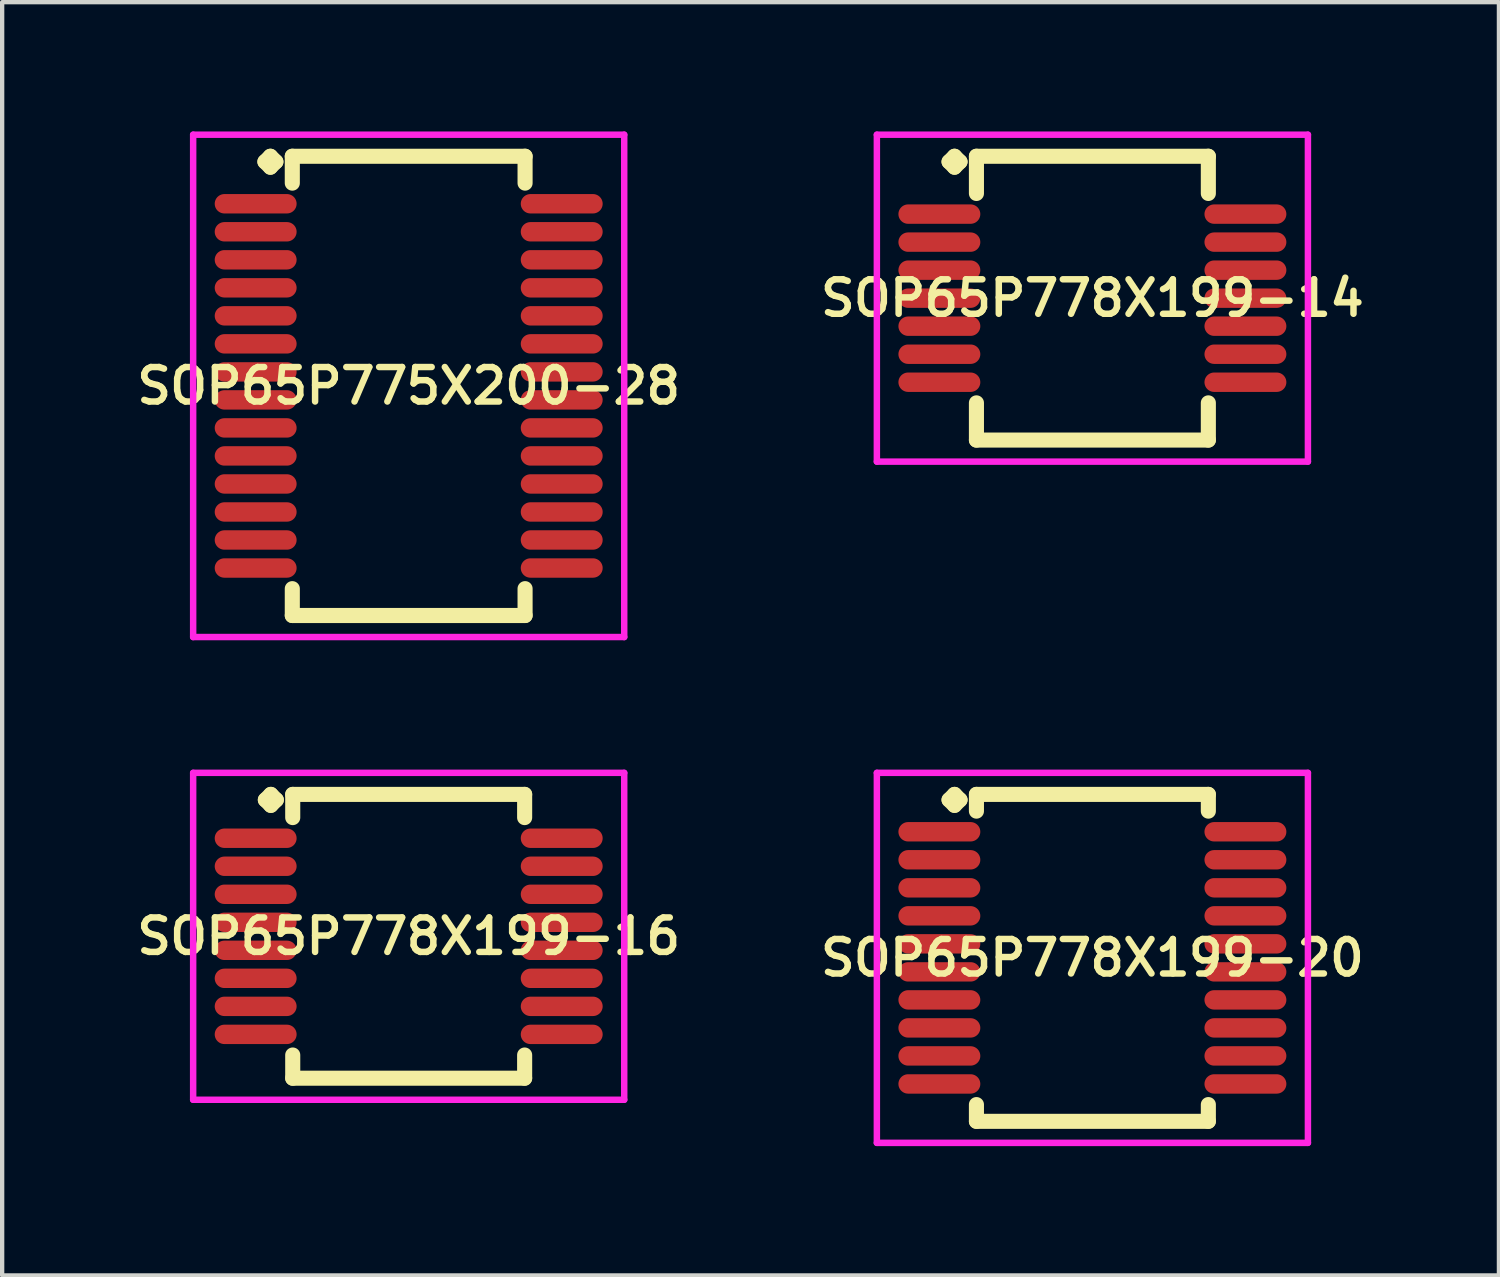
<source format=kicad_pcb>
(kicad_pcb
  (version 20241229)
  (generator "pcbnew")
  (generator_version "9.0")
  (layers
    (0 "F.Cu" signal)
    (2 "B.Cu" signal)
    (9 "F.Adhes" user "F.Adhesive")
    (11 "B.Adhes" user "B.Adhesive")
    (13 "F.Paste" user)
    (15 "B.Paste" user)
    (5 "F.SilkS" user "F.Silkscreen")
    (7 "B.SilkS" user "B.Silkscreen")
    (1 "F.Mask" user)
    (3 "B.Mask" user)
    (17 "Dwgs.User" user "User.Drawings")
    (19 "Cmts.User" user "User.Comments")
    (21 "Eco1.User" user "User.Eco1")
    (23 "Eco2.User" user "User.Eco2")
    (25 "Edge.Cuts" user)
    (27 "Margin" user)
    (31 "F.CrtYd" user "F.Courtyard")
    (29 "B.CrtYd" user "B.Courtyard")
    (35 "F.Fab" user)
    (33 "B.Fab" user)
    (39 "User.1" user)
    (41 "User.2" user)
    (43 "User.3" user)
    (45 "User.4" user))
  (footprint "SOP65P778X199-20"
    (layer "F.Cu")
    (at 22.292 19.171)
    (property "Reference" "SOP65P778X199-20" (at 0 0 0) (layer "F.SilkS") (effects (font (size 0.8 0.8) (thickness 0.15))))
    (attr through_hole)
    (fp_line (start -3.325 -3.665) (end -3.198 -3.792) (stroke (width 0.35) (type solid)) (layer "F.SilkS"))
    (fp_line (start -3.198 -3.792) (end -3.071 -3.665) (stroke (width 0.35) (type solid)) (layer "F.SilkS"))
    (fp_line (start -3.198 -3.538) (end -3.325 -3.665) (stroke (width 0.35) (type solid)) (layer "F.SilkS"))
    (fp_line (start -3.071 -3.665) (end -3.198 -3.538) (stroke (width 0.35) (type solid)) (layer "F.SilkS"))
    (fp_line (start -2.69 -3.792) (end 2.69 -3.792) (stroke (width 0.35) (type solid)) (layer "F.SilkS"))
    (fp_line (start -2.69 -3.404) (end -2.69 -3.792) (stroke (width 0.35) (type solid)) (layer "F.SilkS"))
    (fp_line (start -2.69 3.404) (end -2.69 3.792) (stroke (width 0.35) (type solid)) (layer "F.SilkS"))
    (fp_line (start -2.69 3.792) (end 2.69 3.792) (stroke (width 0.35) (type solid)) (layer "F.SilkS"))
    (fp_line (start 2.69 -3.792) (end 2.69 -3.404) (stroke (width 0.35) (type solid)) (layer "F.SilkS"))
    (fp_line (start 2.69 3.792) (end 2.69 3.404) (stroke (width 0.35) (type solid)) (layer "F.SilkS"))
    (fp_line (start -5 -4.292) (end 5 -4.292) (stroke (width 0.15) (type solid)) (layer "F.CrtYd"))
    (fp_line (start -5 4.292) (end -5 -4.292) (stroke (width 0.15) (type solid)) (layer "F.CrtYd"))
    (fp_line (start 5 -4.292) (end 5 4.292) (stroke (width 0.15) (type solid)) (layer "F.CrtYd"))
    (fp_line (start 5 4.292) (end -5 4.292) (stroke (width 0.15) (type solid)) (layer "F.CrtYd"))
    (pad "1" smd oval (at -3.55 -2.925) (size 1.9 0.45) (layers "F.Cu" "F.Mask" "F.Paste"))
    (pad "2" smd oval (at -3.55 -2.275) (size 1.9 0.45) (layers "F.Cu" "F.Mask" "F.Paste"))
    (pad "3" smd oval (at -3.55 -1.625) (size 1.9 0.45) (layers "F.Cu" "F.Mask" "F.Paste"))
    (pad "4" smd oval (at -3.55 -0.975) (size 1.9 0.45) (layers "F.Cu" "F.Mask" "F.Paste"))
    (pad "5" smd oval (at -3.55 -0.325) (size 1.9 0.45) (layers "F.Cu" "F.Mask" "F.Paste"))
    (pad "6" smd oval (at -3.55 0.325) (size 1.9 0.45) (layers "F.Cu" "F.Mask" "F.Paste"))
    (pad "7" smd oval (at -3.55 0.975) (size 1.9 0.45) (layers "F.Cu" "F.Mask" "F.Paste"))
    (pad "8" smd oval (at -3.55 1.625) (size 1.9 0.45) (layers "F.Cu" "F.Mask" "F.Paste"))
    (pad "9" smd oval (at -3.55 2.275) (size 1.9 0.45) (layers "F.Cu" "F.Mask" "F.Paste"))
    (pad "10" smd oval (at -3.55 2.925) (size 1.9 0.45) (layers "F.Cu" "F.Mask" "F.Paste"))
    (pad "11" smd oval (at 3.55 2.925) (size 1.9 0.45) (layers "F.Cu" "F.Mask" "F.Paste"))
    (pad "12" smd oval (at 3.55 2.275) (size 1.9 0.45) (layers "F.Cu" "F.Mask" "F.Paste"))
    (pad "13" smd oval (at 3.55 1.625) (size 1.9 0.45) (layers "F.Cu" "F.Mask" "F.Paste"))
    (pad "14" smd oval (at 3.55 0.975) (size 1.9 0.45) (layers "F.Cu" "F.Mask" "F.Paste"))
    (pad "15" smd oval (at 3.55 0.325) (size 1.9 0.45) (layers "F.Cu" "F.Mask" "F.Paste"))
    (pad "16" smd oval (at 3.55 -0.325) (size 1.9 0.45) (layers "F.Cu" "F.Mask" "F.Paste"))
    (pad "17" smd oval (at 3.55 -0.975) (size 1.9 0.45) (layers "F.Cu" "F.Mask" "F.Paste"))
    (pad "18" smd oval (at 3.55 -1.625) (size 1.9 0.45) (layers "F.Cu" "F.Mask" "F.Paste"))
    (pad "19" smd oval (at 3.55 -2.275) (size 1.9 0.45) (layers "F.Cu" "F.Mask" "F.Paste"))
    (pad "20" smd oval (at 3.55 -2.925) (size 1.9 0.45) (layers "F.Cu" "F.Mask" "F.Paste")))
  (footprint "SOP65P778X199-16"
    (layer "F.Cu")
    (at 6.431 18.671)
    (property "Reference" "SOP65P778X199-16" (at 0 0 0) (layer "F.SilkS") (effects (font (size 0.8 0.8) (thickness 0.15))))
    (attr smd)
    (fp_line (start -3.325 -3.165) (end -3.198 -3.292) (stroke (width 0.35) (type solid)) (layer "F.SilkS"))
    (fp_line (start -3.198 -3.292) (end -3.071 -3.165) (stroke (width 0.35) (type solid)) (layer "F.SilkS"))
    (fp_line (start -3.198 -3.038) (end -3.325 -3.165) (stroke (width 0.35) (type solid)) (layer "F.SilkS"))
    (fp_line (start -3.071 -3.165) (end -3.198 -3.038) (stroke (width 0.35) (type solid)) (layer "F.SilkS"))
    (fp_line (start -2.69 -3.292) (end 2.69 -3.292) (stroke (width 0.35) (type solid)) (layer "F.SilkS"))
    (fp_line (start -2.69 -2.754) (end -2.69 -3.292) (stroke (width 0.35) (type solid)) (layer "F.SilkS"))
    (fp_line (start -2.69 2.754) (end -2.69 3.292) (stroke (width 0.35) (type solid)) (layer "F.SilkS"))
    (fp_line (start -2.69 3.292) (end 2.69 3.292) (stroke (width 0.35) (type solid)) (layer "F.SilkS"))
    (fp_line (start 2.69 -3.292) (end 2.69 -2.754) (stroke (width 0.35) (type solid)) (layer "F.SilkS"))
    (fp_line (start 2.69 3.292) (end 2.69 2.754) (stroke (width 0.35) (type solid)) (layer "F.SilkS"))
    (fp_line (start -5 -3.792) (end 5 -3.792) (stroke (width 0.15) (type solid)) (layer "F.CrtYd"))
    (fp_line (start -5 3.792) (end -5 -3.792) (stroke (width 0.15) (type solid)) (layer "F.CrtYd"))
    (fp_line (start 5 -3.792) (end 5 3.792) (stroke (width 0.15) (type solid)) (layer "F.CrtYd"))
    (fp_line (start 5 3.792) (end -5 3.792) (stroke (width 0.15) (type solid)) (layer "F.CrtYd"))
    (pad "1" smd oval (at -3.55 -2.275) (size 1.9 0.45) (layers "F.Cu" "F.Mask" "F.Paste"))
    (pad "2" smd oval (at -3.55 -1.625) (size 1.9 0.45) (layers "F.Cu" "F.Mask" "F.Paste"))
    (pad "3" smd oval (at -3.55 -0.975) (size 1.9 0.45) (layers "F.Cu" "F.Mask" "F.Paste"))
    (pad "4" smd oval (at -3.55 -0.325) (size 1.9 0.45) (layers "F.Cu" "F.Mask" "F.Paste"))
    (pad "5" smd oval (at -3.55 0.325) (size 1.9 0.45) (layers "F.Cu" "F.Mask" "F.Paste"))
    (pad "6" smd oval (at -3.55 0.975) (size 1.9 0.45) (layers "F.Cu" "F.Mask" "F.Paste"))
    (pad "7" smd oval (at -3.55 1.625) (size 1.9 0.45) (layers "F.Cu" "F.Mask" "F.Paste"))
    (pad "8" smd oval (at -3.55 2.275) (size 1.9 0.45) (layers "F.Cu" "F.Mask" "F.Paste"))
    (pad "9" smd oval (at 3.55 2.275) (size 1.9 0.45) (layers "F.Cu" "F.Mask" "F.Paste"))
    (pad "10" smd oval (at 3.55 1.625) (size 1.9 0.45) (layers "F.Cu" "F.Mask" "F.Paste"))
    (pad "11" smd oval (at 3.55 0.975) (size 1.9 0.45) (layers "F.Cu" "F.Mask" "F.Paste"))
    (pad "12" smd oval (at 3.55 0.325) (size 1.9 0.45) (layers "F.Cu" "F.Mask" "F.Paste"))
    (pad "13" smd oval (at 3.55 -0.325) (size 1.9 0.45) (layers "F.Cu" "F.Mask" "F.Paste"))
    (pad "14" smd oval (at 3.55 -0.975) (size 1.9 0.45) (layers "F.Cu" "F.Mask" "F.Paste"))
    (pad "15" smd oval (at 3.55 -1.625) (size 1.9 0.45) (layers "F.Cu" "F.Mask" "F.Paste"))
    (pad "16" smd oval (at 3.55 -2.275) (size 1.9 0.45) (layers "F.Cu" "F.Mask" "F.Paste")))
  (footprint "SOP65P775X200-28"
    (layer "F.Cu")
    (at 6.431 5.902)
    (property "Reference" "SOP65P775X200-28" (at 0 0 0) (layer "F.SilkS") (effects (font (size 0.8 0.8) (thickness 0.15))))
    (attr smd)
    (fp_line (start -3.335 -5.2) (end -3.208 -5.327) (stroke (width 0.35) (type solid)) (layer "F.SilkS"))
    (fp_line (start -3.208 -5.327) (end -3.081 -5.2) (stroke (width 0.35) (type solid)) (layer "F.SilkS"))
    (fp_line (start -3.208 -5.073) (end -3.335 -5.2) (stroke (width 0.35) (type solid)) (layer "F.SilkS"))
    (fp_line (start -3.081 -5.2) (end -3.208 -5.073) (stroke (width 0.35) (type solid)) (layer "F.SilkS"))
    (fp_line (start -2.7 -5.327) (end 2.7 -5.327) (stroke (width 0.35) (type solid)) (layer "F.SilkS"))
    (fp_line (start -2.7 -4.704) (end -2.7 -5.327) (stroke (width 0.35) (type solid)) (layer "F.SilkS"))
    (fp_line (start -2.7 4.704) (end -2.7 5.327) (stroke (width 0.35) (type solid)) (layer "F.SilkS"))
    (fp_line (start -2.7 5.327) (end 2.7 5.327) (stroke (width 0.35) (type solid)) (layer "F.SilkS"))
    (fp_line (start 2.7 -5.327) (end 2.7 -4.704) (stroke (width 0.35) (type solid)) (layer "F.SilkS"))
    (fp_line (start 2.7 5.327) (end 2.7 4.704) (stroke (width 0.35) (type solid)) (layer "F.SilkS"))
    (fp_line (start -5 -5.827) (end 5 -5.827) (stroke (width 0.15) (type solid)) (layer "F.CrtYd"))
    (fp_line (start -5 5.827) (end -5 -5.827) (stroke (width 0.15) (type solid)) (layer "F.CrtYd"))
    (fp_line (start 5 -5.827) (end 5 5.827) (stroke (width 0.15) (type solid)) (layer "F.CrtYd"))
    (fp_line (start 5 5.827) (end -5 5.827) (stroke (width 0.15) (type solid)) (layer "F.CrtYd"))
    (pad "1" smd oval (at -3.55 -4.225) (size 1.9 0.45) (layers "F.Cu" "F.Mask" "F.Paste"))
    (pad "2" smd oval (at -3.55 -3.575) (size 1.9 0.45) (layers "F.Cu" "F.Mask" "F.Paste"))
    (pad "3" smd oval (at -3.55 -2.925) (size 1.9 0.45) (layers "F.Cu" "F.Mask" "F.Paste"))
    (pad "4" smd oval (at -3.55 -2.275) (size 1.9 0.45) (layers "F.Cu" "F.Mask" "F.Paste"))
    (pad "5" smd oval (at -3.55 -1.625) (size 1.9 0.45) (layers "F.Cu" "F.Mask" "F.Paste"))
    (pad "6" smd oval (at -3.55 -0.975) (size 1.9 0.45) (layers "F.Cu" "F.Mask" "F.Paste"))
    (pad "7" smd oval (at -3.55 -0.325) (size 1.9 0.45) (layers "F.Cu" "F.Mask" "F.Paste"))
    (pad "8" smd oval (at -3.55 0.325) (size 1.9 0.45) (layers "F.Cu" "F.Mask" "F.Paste"))
    (pad "9" smd oval (at -3.55 0.975) (size 1.9 0.45) (layers "F.Cu" "F.Mask" "F.Paste"))
    (pad "10" smd oval (at -3.55 1.625) (size 1.9 0.45) (layers "F.Cu" "F.Mask" "F.Paste"))
    (pad "11" smd oval (at -3.55 2.275) (size 1.9 0.45) (layers "F.Cu" "F.Mask" "F.Paste"))
    (pad "12" smd oval (at -3.55 2.925) (size 1.9 0.45) (layers "F.Cu" "F.Mask" "F.Paste"))
    (pad "13" smd oval (at -3.55 3.575) (size 1.9 0.45) (layers "F.Cu" "F.Mask" "F.Paste"))
    (pad "14" smd oval (at -3.55 4.225) (size 1.9 0.45) (layers "F.Cu" "F.Mask" "F.Paste"))
    (pad "15" smd oval (at 3.55 4.225) (size 1.9 0.45) (layers "F.Cu" "F.Mask" "F.Paste"))
    (pad "16" smd oval (at 3.55 3.575) (size 1.9 0.45) (layers "F.Cu" "F.Mask" "F.Paste"))
    (pad "17" smd oval (at 3.55 2.925) (size 1.9 0.45) (layers "F.Cu" "F.Mask" "F.Paste"))
    (pad "18" smd oval (at 3.55 2.275) (size 1.9 0.45) (layers "F.Cu" "F.Mask" "F.Paste"))
    (pad "19" smd oval (at 3.55 1.625) (size 1.9 0.45) (layers "F.Cu" "F.Mask" "F.Paste"))
    (pad "20" smd oval (at 3.55 0.975) (size 1.9 0.45) (layers "F.Cu" "F.Mask" "F.Paste"))
    (pad "21" smd oval (at 3.55 0.325) (size 1.9 0.45) (layers "F.Cu" "F.Mask" "F.Paste"))
    (pad "22" smd oval (at 3.55 -0.325) (size 1.9 0.45) (layers "F.Cu" "F.Mask" "F.Paste"))
    (pad "23" smd oval (at 3.55 -0.975) (size 1.9 0.45) (layers "F.Cu" "F.Mask" "F.Paste"))
    (pad "24" smd oval (at 3.55 -1.625) (size 1.9 0.45) (layers "F.Cu" "F.Mask" "F.Paste"))
    (pad "25" smd oval (at 3.55 -2.275) (size 1.9 0.45) (layers "F.Cu" "F.Mask" "F.Paste"))
    (pad "26" smd oval (at 3.55 -2.925) (size 1.9 0.45) (layers "F.Cu" "F.Mask" "F.Paste"))
    (pad "27" smd oval (at 3.55 -3.575) (size 1.9 0.45) (layers "F.Cu" "F.Mask" "F.Paste"))
    (pad "28" smd oval (at 3.55 -4.225) (size 1.9 0.45) (layers "F.Cu" "F.Mask" "F.Paste")))
  (footprint "SOP65P778X199-14"
    (layer "F.Cu")
    (at 22.292 3.867)
    (property "Reference" "SOP65P778X199-14" (at 0 0 0) (layer "F.SilkS") (effects (font (size 0.8 0.8) (thickness 0.15))))
    (attr smd)
    (fp_line (start -3.325 -3.165) (end -3.198 -3.292) (stroke (width 0.35) (type solid)) (layer "F.SilkS"))
    (fp_line (start -3.198 -3.292) (end -3.071 -3.165) (stroke (width 0.35) (type solid)) (layer "F.SilkS"))
    (fp_line (start -3.198 -3.038) (end -3.325 -3.165) (stroke (width 0.35) (type solid)) (layer "F.SilkS"))
    (fp_line (start -3.071 -3.165) (end -3.198 -3.038) (stroke (width 0.35) (type solid)) (layer "F.SilkS"))
    (fp_line (start -2.69 -3.292) (end 2.69 -3.292) (stroke (width 0.35) (type solid)) (layer "F.SilkS"))
    (fp_line (start -2.69 -2.429) (end -2.69 -3.292) (stroke (width 0.35) (type solid)) (layer "F.SilkS"))
    (fp_line (start -2.69 2.429) (end -2.69 3.292) (stroke (width 0.35) (type solid)) (layer "F.SilkS"))
    (fp_line (start -2.69 3.292) (end 2.69 3.292) (stroke (width 0.35) (type solid)) (layer "F.SilkS"))
    (fp_line (start 2.69 -3.292) (end 2.69 -2.429) (stroke (width 0.35) (type solid)) (layer "F.SilkS"))
    (fp_line (start 2.69 3.292) (end 2.69 2.429) (stroke (width 0.35) (type solid)) (layer "F.SilkS"))
    (fp_line (start -5 -3.792) (end 5 -3.792) (stroke (width 0.15) (type solid)) (layer "F.CrtYd"))
    (fp_line (start -5 3.792) (end -5 -3.792) (stroke (width 0.15) (type solid)) (layer "F.CrtYd"))
    (fp_line (start 5 -3.792) (end 5 3.792) (stroke (width 0.15) (type solid)) (layer "F.CrtYd"))
    (fp_line (start 5 3.792) (end -5 3.792) (stroke (width 0.15) (type solid)) (layer "F.CrtYd"))
    (pad "1" smd oval (at -3.55 -1.95) (size 1.9 0.45) (layers "F.Cu" "F.Mask" "F.Paste"))
    (pad "2" smd oval (at -3.55 -1.3) (size 1.9 0.45) (layers "F.Cu" "F.Mask" "F.Paste"))
    (pad "3" smd oval (at -3.55 -0.65) (size 1.9 0.45) (layers "F.Cu" "F.Mask" "F.Paste"))
    (pad "4" smd oval (at -3.55 0) (size 1.9 0.45) (layers "F.Cu" "F.Mask" "F.Paste"))
    (pad "5" smd oval (at -3.55 0.65) (size 1.9 0.45) (layers "F.Cu" "F.Mask" "F.Paste"))
    (pad "6" smd oval (at -3.55 1.3) (size 1.9 0.45) (layers "F.Cu" "F.Mask" "F.Paste"))
    (pad "7" smd oval (at -3.55 1.95) (size 1.9 0.45) (layers "F.Cu" "F.Mask" "F.Paste"))
    (pad "8" smd oval (at 3.55 1.95) (size 1.9 0.45) (layers "F.Cu" "F.Mask" "F.Paste"))
    (pad "9" smd oval (at 3.55 1.3) (size 1.9 0.45) (layers "F.Cu" "F.Mask" "F.Paste"))
    (pad "10" smd oval (at 3.55 0.65) (size 1.9 0.45) (layers "F.Cu" "F.Mask" "F.Paste"))
    (pad "11" smd oval (at 3.55 0) (size 1.9 0.45) (layers "F.Cu" "F.Mask" "F.Paste"))
    (pad "12" smd oval (at 3.55 -0.65) (size 1.9 0.45) (layers "F.Cu" "F.Mask" "F.Paste"))
    (pad "13" smd oval (at 3.55 -1.3) (size 1.9 0.45) (layers "F.Cu" "F.Mask" "F.Paste"))
    (pad "14" smd oval (at 3.55 -1.95) (size 1.9 0.45) (layers "F.Cu" "F.Mask" "F.Paste")))
  (gr_rect
    (start -3 -3)
    (end 31.723 26.538)
    (stroke (width 0.1) (type default))
    (fill no)
    (layer "Edge.Cuts")))
</source>
